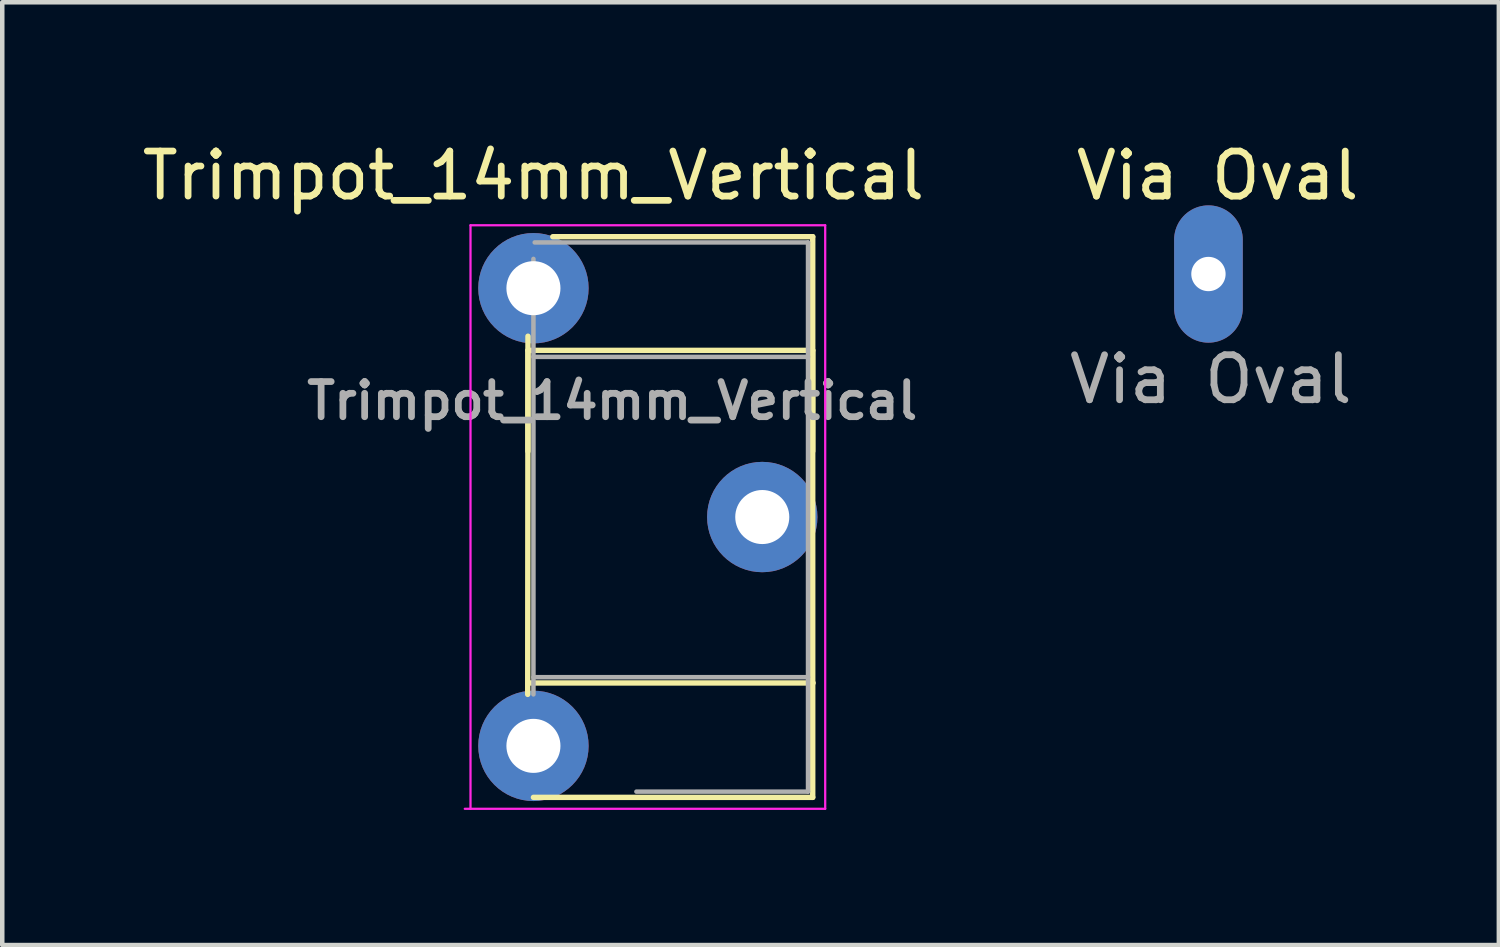
<source format=kicad_pcb>
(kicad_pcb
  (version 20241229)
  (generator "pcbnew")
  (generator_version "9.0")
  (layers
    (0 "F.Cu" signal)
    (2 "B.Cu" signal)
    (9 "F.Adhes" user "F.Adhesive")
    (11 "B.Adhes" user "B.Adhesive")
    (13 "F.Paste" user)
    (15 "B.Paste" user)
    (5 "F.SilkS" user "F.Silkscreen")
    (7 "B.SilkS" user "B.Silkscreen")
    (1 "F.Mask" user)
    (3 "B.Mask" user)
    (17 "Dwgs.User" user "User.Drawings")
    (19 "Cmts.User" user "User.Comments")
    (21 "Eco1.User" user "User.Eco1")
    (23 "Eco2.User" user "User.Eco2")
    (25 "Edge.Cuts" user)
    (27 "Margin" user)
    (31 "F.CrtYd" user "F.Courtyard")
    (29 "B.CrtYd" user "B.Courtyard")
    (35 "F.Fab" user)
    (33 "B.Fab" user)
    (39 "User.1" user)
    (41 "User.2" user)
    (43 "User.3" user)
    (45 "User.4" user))
  (footprint "Trimpot_14mm_Vertical"
    (layer "F.Cu")
    (at 8.792 3.348)
    (property "Reference" "Trimpot_14mm_Vertical" (at 0 -2.5 0) (layer "F.SilkS") (effects (font (size 1 1) (thickness 0.15))))
    (attr through_hole)
    (fp_line (start -0.121 1.066) (end -0.127 9.017) (stroke (width 0.12) (type solid)) (layer "F.SilkS"))
    (fp_line (start -0.121 1.38) (end -0.121 3.62) (stroke (width 0.12) (type solid)) (layer "F.SilkS"))
    (fp_line (start -0.121 1.38) (end 6.2 1.38) (stroke (width 0.12) (type solid)) (layer "F.SilkS"))
    (fp_line (start -0.113 8.763) (end 6.208 8.763) (stroke (width 0.12) (type solid)) (layer "F.SilkS"))
    (fp_line (start 0 11.303) (end 6.2 11.303) (stroke (width 0.12) (type solid)) (layer "F.SilkS"))
    (fp_line (start 0.43 -1.143) (end 6.2 -1.143) (stroke (width 0.12) (type solid)) (layer "F.SilkS"))
    (fp_line (start 6.2 -1.143) (end 6.2 11.303) (stroke (width 0.12) (type solid)) (layer "F.SilkS"))
    (fp_line (start 6.2 1.38) (end 6.2 3.62) (stroke (width 0.12) (type solid)) (layer "F.SilkS"))
    (fp_line (start -1.524 11.557) (end 6.477 11.557) (stroke (width 0.05) (type solid)) (layer "F.CrtYd"))
    (fp_line (start -1.397 -1.397) (end -1.397 11.557) (stroke (width 0.05) (type solid)) (layer "F.CrtYd"))
    (fp_line (start 6.477 -1.397) (end -1.397 -1.397) (stroke (width 0.05) (type solid)) (layer "F.CrtYd"))
    (fp_line (start 6.477 11.557) (end 6.477 -1.397) (stroke (width 0.05) (type solid)) (layer "F.CrtYd"))
    (fp_line (start 0 8.636) (end 6.096 8.636) (stroke (width 0.1) (type solid)) (layer "F.Fab"))
    (fp_line (start 0 9.017) (end 0 -0.65) (stroke (width 0.1) (type solid)) (layer "F.Fab"))
    (fp_line (start 0.028 -1.016) (end 6.096 -1.016) (stroke (width 0.1) (type solid)) (layer "F.Fab"))
    (fp_line (start 6.096 -1.016) (end 6.096 11.176) (stroke (width 0.1) (type solid)) (layer "F.Fab"))
    (fp_line (start 6.096 1.524) (end 0 1.524) (stroke (width 0.1) (type solid)) (layer "F.Fab"))
    (fp_line (start 6.096 11.176) (end 2.286 11.176) (stroke (width 0.1) (type solid)) (layer "F.Fab"))
    (fp_text user "${REFERENCE}" (at 1.75 2.5 0) (layer "F.Fab") (effects (font (size 0.78 0.78) (thickness 0.15))))
    (pad "1" thru_hole circle (at 0 0) (size 2.45 2.45) (drill 1.2) (layers "*.Cu" "*.Mask"))
    (pad "2" thru_hole circle (at 5.08 5.08) (size 2.45 2.45) (drill 1.2) (layers "*.Cu" "*.Mask"))
    (pad "3" thru_hole circle (at 0 10.16) (size 2.45 2.45) (drill 1.2) (layers "*.Cu" "*.Mask")))
  (footprint "Via Oval"
    (layer "F.Cu")
    (at 23.777 3.033)
    (property "Reference" "Via Oval" (at 0.203 -2.184 0) (unlocked yes) (layer "F.SilkS") (effects (font (size 1 1) (thickness 0.15))))
    (attr through_hole)
    (fp_text user "${REFERENCE}" (at 0.051 2.337 0) (unlocked yes) (layer "F.Fab") (effects (font (size 1 1) (thickness 0.15))))
    (pad "1" thru_hole oval (at 0 0) (size 1.524 3.048) (drill 0.762) (layers "*.Cu" "*.Mask")))
  (gr_rect
    (start -3 -3)
    (end 30.224 17.93)
    (stroke (width 0.1) (type default))
    (fill no)
    (layer "Edge.Cuts")))
</source>
